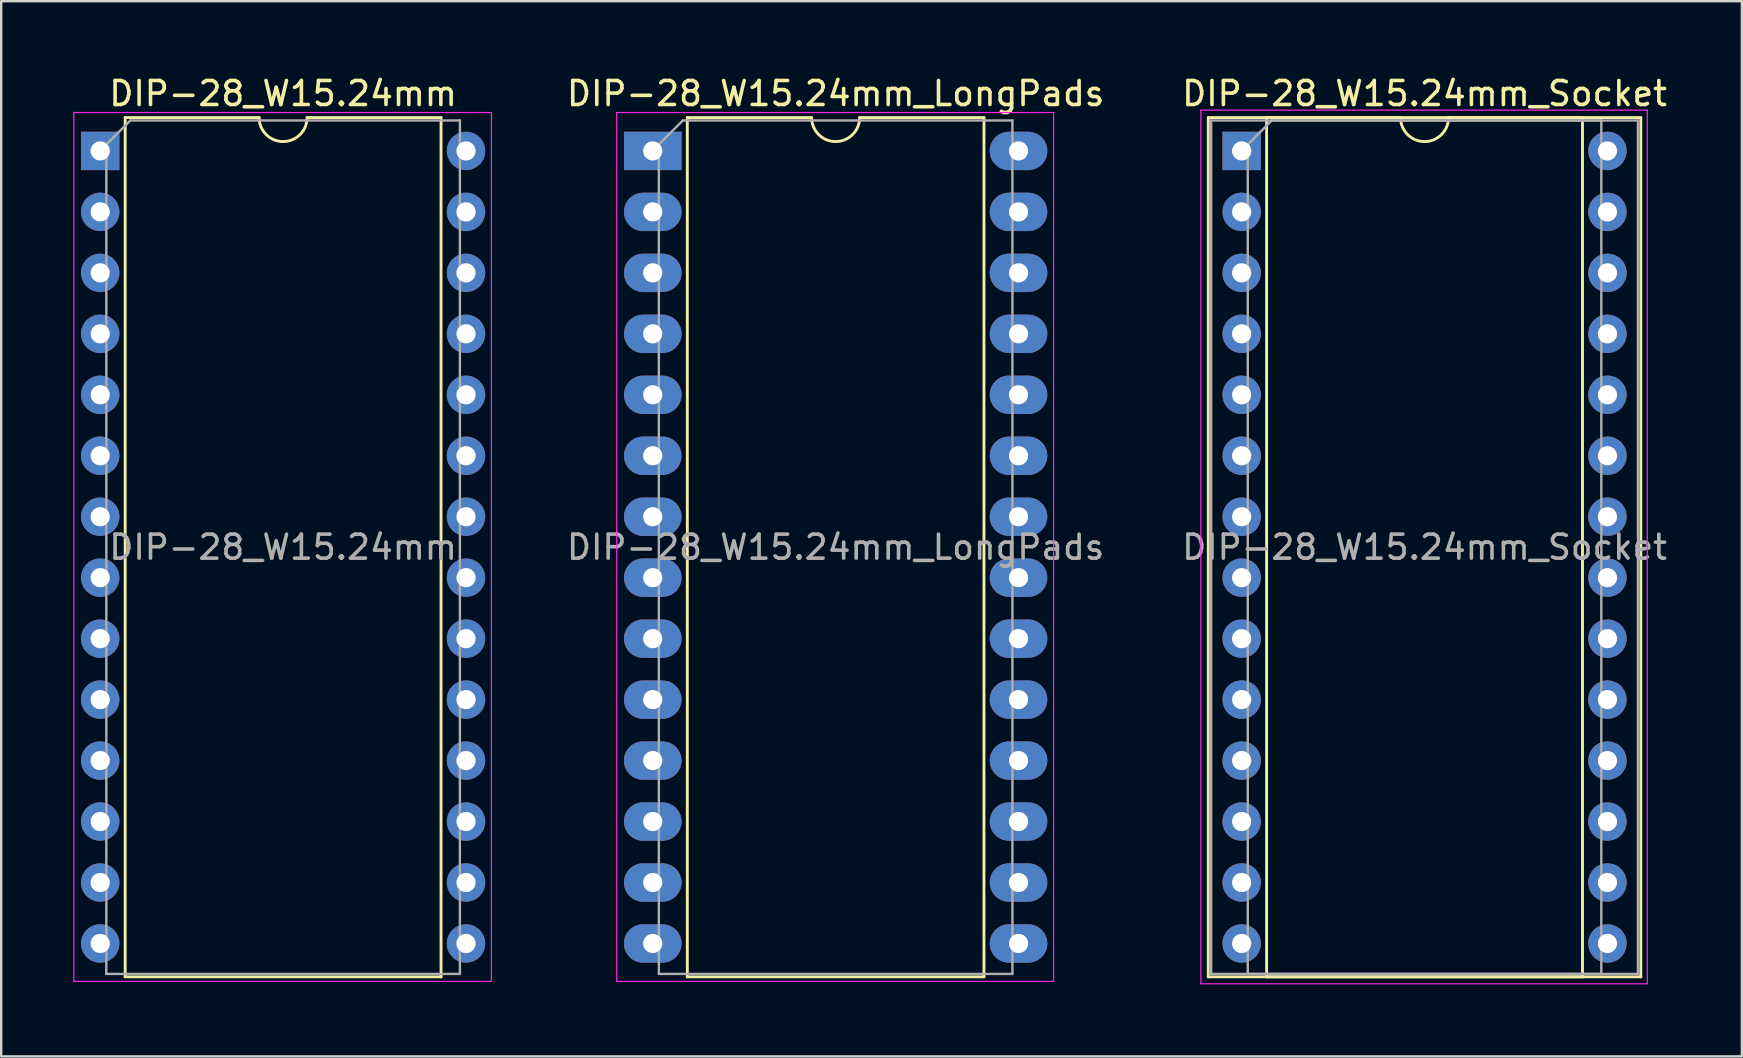
<source format=kicad_pcb>
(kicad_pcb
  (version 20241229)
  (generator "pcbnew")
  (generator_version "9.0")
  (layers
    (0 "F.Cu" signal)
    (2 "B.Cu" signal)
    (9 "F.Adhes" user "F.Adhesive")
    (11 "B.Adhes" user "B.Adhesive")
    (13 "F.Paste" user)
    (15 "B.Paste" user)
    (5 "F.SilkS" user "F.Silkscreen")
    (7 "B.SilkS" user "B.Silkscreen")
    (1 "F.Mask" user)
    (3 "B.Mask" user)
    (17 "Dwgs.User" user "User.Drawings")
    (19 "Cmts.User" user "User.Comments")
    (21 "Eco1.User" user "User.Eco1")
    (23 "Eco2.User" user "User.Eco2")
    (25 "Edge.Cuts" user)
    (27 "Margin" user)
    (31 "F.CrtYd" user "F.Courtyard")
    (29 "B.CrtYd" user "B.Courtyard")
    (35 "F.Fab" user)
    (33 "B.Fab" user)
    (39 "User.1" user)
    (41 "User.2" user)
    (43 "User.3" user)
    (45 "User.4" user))
  (footprint "DIP-28_W15.24mm_Socket"
    (layer "F.Cu")
    (at 48.681 3.238)
    (property "Reference" "DIP-28_W15.24mm_Socket" (at 7.62 -2.39 0) (layer "F.SilkS") (effects (font (size 1 1) (thickness 0.15))))
    (attr through_hole)
    (fp_line (start -1.39 -1.39) (end -1.39 34.41) (stroke (width 0.12) (type solid)) (layer "F.SilkS"))
    (fp_line (start -1.39 34.41) (end 16.63 34.41) (stroke (width 0.12) (type solid)) (layer "F.SilkS"))
    (fp_line (start 1.04 -1.39) (end 1.04 34.41) (stroke (width 0.12) (type solid)) (layer "F.SilkS"))
    (fp_line (start 1.04 34.41) (end 14.2 34.41) (stroke (width 0.12) (type solid)) (layer "F.SilkS"))
    (fp_line (start 6.62 -1.39) (end 1.04 -1.39) (stroke (width 0.12) (type solid)) (layer "F.SilkS"))
    (fp_line (start 14.2 -1.39) (end 8.62 -1.39) (stroke (width 0.12) (type solid)) (layer "F.SilkS"))
    (fp_line (start 14.2 34.41) (end 14.2 -1.39) (stroke (width 0.12) (type solid)) (layer "F.SilkS"))
    (fp_line (start 16.63 -1.39) (end -1.39 -1.39) (stroke (width 0.12) (type solid)) (layer "F.SilkS"))
    (fp_line (start 16.63 34.41) (end 16.63 -1.39) (stroke (width 0.12) (type solid)) (layer "F.SilkS"))
    (fp_arc (start 8.62 -1.39) (mid 7.62 -0.39) (end 6.62 -1.39) (stroke (width 0.12) (type solid)) (layer "F.SilkS"))
    (fp_line (start -1.7 -1.7) (end -1.7 34.7) (stroke (width 0.05) (type solid)) (layer "F.CrtYd"))
    (fp_line (start -1.7 34.7) (end 16.9 34.7) (stroke (width 0.05) (type solid)) (layer "F.CrtYd"))
    (fp_line (start 16.9 -1.7) (end -1.7 -1.7) (stroke (width 0.05) (type solid)) (layer "F.CrtYd"))
    (fp_line (start 16.9 34.7) (end 16.9 -1.7) (stroke (width 0.05) (type solid)) (layer "F.CrtYd"))
    (fp_line (start -1.27 -1.27) (end -1.27 34.29) (stroke (width 0.1) (type solid)) (layer "F.Fab"))
    (fp_line (start -1.27 34.29) (end 16.51 34.29) (stroke (width 0.1) (type solid)) (layer "F.Fab"))
    (fp_line (start 0.255 -0.27) (end 1.255 -1.27) (stroke (width 0.1) (type solid)) (layer "F.Fab"))
    (fp_line (start 0.255 34.29) (end 0.255 -0.27) (stroke (width 0.1) (type solid)) (layer "F.Fab"))
    (fp_line (start 1.255 -1.27) (end 14.985 -1.27) (stroke (width 0.1) (type solid)) (layer "F.Fab"))
    (fp_line (start 14.985 -1.27) (end 14.985 34.29) (stroke (width 0.1) (type solid)) (layer "F.Fab"))
    (fp_line (start 14.985 34.29) (end 0.255 34.29) (stroke (width 0.1) (type solid)) (layer "F.Fab"))
    (fp_line (start 16.51 -1.27) (end -1.27 -1.27) (stroke (width 0.1) (type solid)) (layer "F.Fab"))
    (fp_line (start 16.51 34.29) (end 16.51 -1.27) (stroke (width 0.1) (type solid)) (layer "F.Fab"))
    (fp_text user "${REFERENCE}" (at 7.62 16.51 0) (layer "F.Fab") (effects (font (size 1 1) (thickness 0.15))))
    (pad "1" thru_hole rect (at 0 0) (size 1.6 1.6) (drill 0.8) (layers "*.Cu" "*.Mask"))
    (pad "2" thru_hole oval (at 0 2.54) (size 1.6 1.6) (drill 0.8) (layers "*.Cu" "*.Mask"))
    (pad "3" thru_hole oval (at 0 5.08) (size 1.6 1.6) (drill 0.8) (layers "*.Cu" "*.Mask"))
    (pad "4" thru_hole oval (at 0 7.62) (size 1.6 1.6) (drill 0.8) (layers "*.Cu" "*.Mask"))
    (pad "5" thru_hole oval (at 0 10.16) (size 1.6 1.6) (drill 0.8) (layers "*.Cu" "*.Mask"))
    (pad "6" thru_hole oval (at 0 12.7) (size 1.6 1.6) (drill 0.8) (layers "*.Cu" "*.Mask"))
    (pad "7" thru_hole oval (at 0 15.24) (size 1.6 1.6) (drill 0.8) (layers "*.Cu" "*.Mask"))
    (pad "8" thru_hole oval (at 0 17.78) (size 1.6 1.6) (drill 0.8) (layers "*.Cu" "*.Mask"))
    (pad "9" thru_hole oval (at 0 20.32) (size 1.6 1.6) (drill 0.8) (layers "*.Cu" "*.Mask"))
    (pad "10" thru_hole oval (at 0 22.86) (size 1.6 1.6) (drill 0.8) (layers "*.Cu" "*.Mask"))
    (pad "11" thru_hole oval (at 0 25.4) (size 1.6 1.6) (drill 0.8) (layers "*.Cu" "*.Mask"))
    (pad "12" thru_hole oval (at 0 27.94) (size 1.6 1.6) (drill 0.8) (layers "*.Cu" "*.Mask"))
    (pad "13" thru_hole oval (at 0 30.48) (size 1.6 1.6) (drill 0.8) (layers "*.Cu" "*.Mask"))
    (pad "14" thru_hole oval (at 0 33.02) (size 1.6 1.6) (drill 0.8) (layers "*.Cu" "*.Mask"))
    (pad "15" thru_hole oval (at 15.24 33.02) (size 1.6 1.6) (drill 0.8) (layers "*.Cu" "*.Mask"))
    (pad "16" thru_hole oval (at 15.24 30.48) (size 1.6 1.6) (drill 0.8) (layers "*.Cu" "*.Mask"))
    (pad "17" thru_hole oval (at 15.24 27.94) (size 1.6 1.6) (drill 0.8) (layers "*.Cu" "*.Mask"))
    (pad "18" thru_hole oval (at 15.24 25.4) (size 1.6 1.6) (drill 0.8) (layers "*.Cu" "*.Mask"))
    (pad "19" thru_hole oval (at 15.24 22.86) (size 1.6 1.6) (drill 0.8) (layers "*.Cu" "*.Mask"))
    (pad "20" thru_hole oval (at 15.24 20.32) (size 1.6 1.6) (drill 0.8) (layers "*.Cu" "*.Mask"))
    (pad "21" thru_hole oval (at 15.24 17.78) (size 1.6 1.6) (drill 0.8) (layers "*.Cu" "*.Mask"))
    (pad "22" thru_hole oval (at 15.24 15.24) (size 1.6 1.6) (drill 0.8) (layers "*.Cu" "*.Mask"))
    (pad "23" thru_hole oval (at 15.24 12.7) (size 1.6 1.6) (drill 0.8) (layers "*.Cu" "*.Mask"))
    (pad "24" thru_hole oval (at 15.24 10.16) (size 1.6 1.6) (drill 0.8) (layers "*.Cu" "*.Mask"))
    (pad "25" thru_hole oval (at 15.24 7.62) (size 1.6 1.6) (drill 0.8) (layers "*.Cu" "*.Mask"))
    (pad "26" thru_hole oval (at 15.24 5.08) (size 1.6 1.6) (drill 0.8) (layers "*.Cu" "*.Mask"))
    (pad "27" thru_hole oval (at 15.24 2.54) (size 1.6 1.6) (drill 0.8) (layers "*.Cu" "*.Mask"))
    (pad "28" thru_hole oval (at 15.24 0) (size 1.6 1.6) (drill 0.8) (layers "*.Cu" "*.Mask")))
  (footprint "DIP-28_W15.24mm"
    (layer "F.Cu")
    (at 1.125 3.238)
    (property "Reference" "DIP-28_W15.24mm" (at 7.62 -2.39 0) (layer "F.SilkS") (effects (font (size 1 1) (thickness 0.15))))
    (attr through_hole)
    (fp_line (start 1.04 -1.39) (end 1.04 34.41) (stroke (width 0.12) (type solid)) (layer "F.SilkS"))
    (fp_line (start 1.04 34.41) (end 14.2 34.41) (stroke (width 0.12) (type solid)) (layer "F.SilkS"))
    (fp_line (start 6.62 -1.39) (end 1.04 -1.39) (stroke (width 0.12) (type solid)) (layer "F.SilkS"))
    (fp_line (start 14.2 -1.39) (end 8.62 -1.39) (stroke (width 0.12) (type solid)) (layer "F.SilkS"))
    (fp_line (start 14.2 34.41) (end 14.2 -1.39) (stroke (width 0.12) (type solid)) (layer "F.SilkS"))
    (fp_arc (start 8.62 -1.39) (mid 7.62 -0.39) (end 6.62 -1.39) (stroke (width 0.12) (type solid)) (layer "F.SilkS"))
    (fp_line (start -1.1 -1.6) (end -1.1 34.6) (stroke (width 0.05) (type solid)) (layer "F.CrtYd"))
    (fp_line (start -1.1 34.6) (end 16.3 34.6) (stroke (width 0.05) (type solid)) (layer "F.CrtYd"))
    (fp_line (start 16.3 -1.6) (end -1.1 -1.6) (stroke (width 0.05) (type solid)) (layer "F.CrtYd"))
    (fp_line (start 16.3 34.6) (end 16.3 -1.6) (stroke (width 0.05) (type solid)) (layer "F.CrtYd"))
    (fp_line (start 0.255 -0.27) (end 1.255 -1.27) (stroke (width 0.1) (type solid)) (layer "F.Fab"))
    (fp_line (start 0.255 34.29) (end 0.255 -0.27) (stroke (width 0.1) (type solid)) (layer "F.Fab"))
    (fp_line (start 1.255 -1.27) (end 14.985 -1.27) (stroke (width 0.1) (type solid)) (layer "F.Fab"))
    (fp_line (start 14.985 -1.27) (end 14.985 34.29) (stroke (width 0.1) (type solid)) (layer "F.Fab"))
    (fp_line (start 14.985 34.29) (end 0.255 34.29) (stroke (width 0.1) (type solid)) (layer "F.Fab"))
    (fp_text user "${REFERENCE}" (at 7.62 16.51 0) (layer "F.Fab") (effects (font (size 1 1) (thickness 0.15))))
    (pad "1" thru_hole rect (at 0 0) (size 1.6 1.6) (drill 0.8) (layers "*.Cu" "*.Mask"))
    (pad "2" thru_hole oval (at 0 2.54) (size 1.6 1.6) (drill 0.8) (layers "*.Cu" "*.Mask"))
    (pad "3" thru_hole oval (at 0 5.08) (size 1.6 1.6) (drill 0.8) (layers "*.Cu" "*.Mask"))
    (pad "4" thru_hole oval (at 0 7.62) (size 1.6 1.6) (drill 0.8) (layers "*.Cu" "*.Mask"))
    (pad "5" thru_hole oval (at 0 10.16) (size 1.6 1.6) (drill 0.8) (layers "*.Cu" "*.Mask"))
    (pad "6" thru_hole oval (at 0 12.7) (size 1.6 1.6) (drill 0.8) (layers "*.Cu" "*.Mask"))
    (pad "7" thru_hole oval (at 0 15.24) (size 1.6 1.6) (drill 0.8) (layers "*.Cu" "*.Mask"))
    (pad "8" thru_hole oval (at 0 17.78) (size 1.6 1.6) (drill 0.8) (layers "*.Cu" "*.Mask"))
    (pad "9" thru_hole oval (at 0 20.32) (size 1.6 1.6) (drill 0.8) (layers "*.Cu" "*.Mask"))
    (pad "10" thru_hole oval (at 0 22.86) (size 1.6 1.6) (drill 0.8) (layers "*.Cu" "*.Mask"))
    (pad "11" thru_hole oval (at 0 25.4) (size 1.6 1.6) (drill 0.8) (layers "*.Cu" "*.Mask"))
    (pad "12" thru_hole oval (at 0 27.94) (size 1.6 1.6) (drill 0.8) (layers "*.Cu" "*.Mask"))
    (pad "13" thru_hole oval (at 0 30.48) (size 1.6 1.6) (drill 0.8) (layers "*.Cu" "*.Mask"))
    (pad "14" thru_hole oval (at 0 33.02) (size 1.6 1.6) (drill 0.8) (layers "*.Cu" "*.Mask"))
    (pad "15" thru_hole oval (at 15.24 33.02) (size 1.6 1.6) (drill 0.8) (layers "*.Cu" "*.Mask"))
    (pad "16" thru_hole oval (at 15.24 30.48) (size 1.6 1.6) (drill 0.8) (layers "*.Cu" "*.Mask"))
    (pad "17" thru_hole oval (at 15.24 27.94) (size 1.6 1.6) (drill 0.8) (layers "*.Cu" "*.Mask"))
    (pad "18" thru_hole oval (at 15.24 25.4) (size 1.6 1.6) (drill 0.8) (layers "*.Cu" "*.Mask"))
    (pad "19" thru_hole oval (at 15.24 22.86) (size 1.6 1.6) (drill 0.8) (layers "*.Cu" "*.Mask"))
    (pad "20" thru_hole oval (at 15.24 20.32) (size 1.6 1.6) (drill 0.8) (layers "*.Cu" "*.Mask"))
    (pad "21" thru_hole oval (at 15.24 17.78) (size 1.6 1.6) (drill 0.8) (layers "*.Cu" "*.Mask"))
    (pad "22" thru_hole oval (at 15.24 15.24) (size 1.6 1.6) (drill 0.8) (layers "*.Cu" "*.Mask"))
    (pad "23" thru_hole oval (at 15.24 12.7) (size 1.6 1.6) (drill 0.8) (layers "*.Cu" "*.Mask"))
    (pad "24" thru_hole oval (at 15.24 10.16) (size 1.6 1.6) (drill 0.8) (layers "*.Cu" "*.Mask"))
    (pad "25" thru_hole oval (at 15.24 7.62) (size 1.6 1.6) (drill 0.8) (layers "*.Cu" "*.Mask"))
    (pad "26" thru_hole oval (at 15.24 5.08) (size 1.6 1.6) (drill 0.8) (layers "*.Cu" "*.Mask"))
    (pad "27" thru_hole oval (at 15.24 2.54) (size 1.6 1.6) (drill 0.8) (layers "*.Cu" "*.Mask"))
    (pad "28" thru_hole oval (at 15.24 0) (size 1.6 1.6) (drill 0.8) (layers "*.Cu" "*.Mask")))
  (footprint "DIP-28_W15.24mm_LongPads"
    (layer "F.Cu")
    (at 24.145 3.238)
    (property "Reference" "DIP-28_W15.24mm_LongPads" (at 7.62 -2.39 0) (layer "F.SilkS") (effects (font (size 1 1) (thickness 0.15))))
    (attr through_hole)
    (fp_line (start 1.44 -1.39) (end 1.44 34.41) (stroke (width 0.12) (type solid)) (layer "F.SilkS"))
    (fp_line (start 1.44 34.41) (end 13.8 34.41) (stroke (width 0.12) (type solid)) (layer "F.SilkS"))
    (fp_line (start 6.62 -1.39) (end 1.44 -1.39) (stroke (width 0.12) (type solid)) (layer "F.SilkS"))
    (fp_line (start 13.8 -1.39) (end 8.62 -1.39) (stroke (width 0.12) (type solid)) (layer "F.SilkS"))
    (fp_line (start 13.8 34.41) (end 13.8 -1.39) (stroke (width 0.12) (type solid)) (layer "F.SilkS"))
    (fp_arc (start 8.62 -1.39) (mid 7.62 -0.39) (end 6.62 -1.39) (stroke (width 0.12) (type solid)) (layer "F.SilkS"))
    (fp_line (start -1.5 -1.6) (end -1.5 34.6) (stroke (width 0.05) (type solid)) (layer "F.CrtYd"))
    (fp_line (start -1.5 34.6) (end 16.7 34.6) (stroke (width 0.05) (type solid)) (layer "F.CrtYd"))
    (fp_line (start 16.7 -1.6) (end -1.5 -1.6) (stroke (width 0.05) (type solid)) (layer "F.CrtYd"))
    (fp_line (start 16.7 34.6) (end 16.7 -1.6) (stroke (width 0.05) (type solid)) (layer "F.CrtYd"))
    (fp_line (start 0.255 -0.27) (end 1.255 -1.27) (stroke (width 0.1) (type solid)) (layer "F.Fab"))
    (fp_line (start 0.255 34.29) (end 0.255 -0.27) (stroke (width 0.1) (type solid)) (layer "F.Fab"))
    (fp_line (start 1.255 -1.27) (end 14.985 -1.27) (stroke (width 0.1) (type solid)) (layer "F.Fab"))
    (fp_line (start 14.985 -1.27) (end 14.985 34.29) (stroke (width 0.1) (type solid)) (layer "F.Fab"))
    (fp_line (start 14.985 34.29) (end 0.255 34.29) (stroke (width 0.1) (type solid)) (layer "F.Fab"))
    (fp_text user "${REFERENCE}" (at 7.62 16.51 0) (layer "F.Fab") (effects (font (size 1 1) (thickness 0.15))))
    (pad "1" thru_hole rect (at 0 0) (size 2.4 1.6) (drill 0.8) (layers "*.Cu" "*.Mask"))
    (pad "2" thru_hole oval (at 0 2.54) (size 2.4 1.6) (drill 0.8) (layers "*.Cu" "*.Mask"))
    (pad "3" thru_hole oval (at 0 5.08) (size 2.4 1.6) (drill 0.8) (layers "*.Cu" "*.Mask"))
    (pad "4" thru_hole oval (at 0 7.62) (size 2.4 1.6) (drill 0.8) (layers "*.Cu" "*.Mask"))
    (pad "5" thru_hole oval (at 0 10.16) (size 2.4 1.6) (drill 0.8) (layers "*.Cu" "*.Mask"))
    (pad "6" thru_hole oval (at 0 12.7) (size 2.4 1.6) (drill 0.8) (layers "*.Cu" "*.Mask"))
    (pad "7" thru_hole oval (at 0 15.24) (size 2.4 1.6) (drill 0.8) (layers "*.Cu" "*.Mask"))
    (pad "8" thru_hole oval (at 0 17.78) (size 2.4 1.6) (drill 0.8) (layers "*.Cu" "*.Mask"))
    (pad "9" thru_hole oval (at 0 20.32) (size 2.4 1.6) (drill 0.8) (layers "*.Cu" "*.Mask"))
    (pad "10" thru_hole oval (at 0 22.86) (size 2.4 1.6) (drill 0.8) (layers "*.Cu" "*.Mask"))
    (pad "11" thru_hole oval (at 0 25.4) (size 2.4 1.6) (drill 0.8) (layers "*.Cu" "*.Mask"))
    (pad "12" thru_hole oval (at 0 27.94) (size 2.4 1.6) (drill 0.8) (layers "*.Cu" "*.Mask"))
    (pad "13" thru_hole oval (at 0 30.48) (size 2.4 1.6) (drill 0.8) (layers "*.Cu" "*.Mask"))
    (pad "14" thru_hole oval (at 0 33.02) (size 2.4 1.6) (drill 0.8) (layers "*.Cu" "*.Mask"))
    (pad "15" thru_hole oval (at 15.24 33.02) (size 2.4 1.6) (drill 0.8) (layers "*.Cu" "*.Mask"))
    (pad "16" thru_hole oval (at 15.24 30.48) (size 2.4 1.6) (drill 0.8) (layers "*.Cu" "*.Mask"))
    (pad "17" thru_hole oval (at 15.24 27.94) (size 2.4 1.6) (drill 0.8) (layers "*.Cu" "*.Mask"))
    (pad "18" thru_hole oval (at 15.24 25.4) (size 2.4 1.6) (drill 0.8) (layers "*.Cu" "*.Mask"))
    (pad "19" thru_hole oval (at 15.24 22.86) (size 2.4 1.6) (drill 0.8) (layers "*.Cu" "*.Mask"))
    (pad "20" thru_hole oval (at 15.24 20.32) (size 2.4 1.6) (drill 0.8) (layers "*.Cu" "*.Mask"))
    (pad "21" thru_hole oval (at 15.24 17.78) (size 2.4 1.6) (drill 0.8) (layers "*.Cu" "*.Mask"))
    (pad "22" thru_hole oval (at 15.24 15.24) (size 2.4 1.6) (drill 0.8) (layers "*.Cu" "*.Mask"))
    (pad "23" thru_hole oval (at 15.24 12.7) (size 2.4 1.6) (drill 0.8) (layers "*.Cu" "*.Mask"))
    (pad "24" thru_hole oval (at 15.24 10.16) (size 2.4 1.6) (drill 0.8) (layers "*.Cu" "*.Mask"))
    (pad "25" thru_hole oval (at 15.24 7.62) (size 2.4 1.6) (drill 0.8) (layers "*.Cu" "*.Mask"))
    (pad "26" thru_hole oval (at 15.24 5.08) (size 2.4 1.6) (drill 0.8) (layers "*.Cu" "*.Mask"))
    (pad "27" thru_hole oval (at 15.24 2.54) (size 2.4 1.6) (drill 0.8) (layers "*.Cu" "*.Mask"))
    (pad "28" thru_hole oval (at 15.24 0) (size 2.4 1.6) (drill 0.8) (layers "*.Cu" "*.Mask")))
  (gr_rect
    (start -3 -3)
    (end 69.521 40.963)
    (stroke (width 0.1) (type default))
    (fill no)
    (layer "Edge.Cuts")))
</source>
